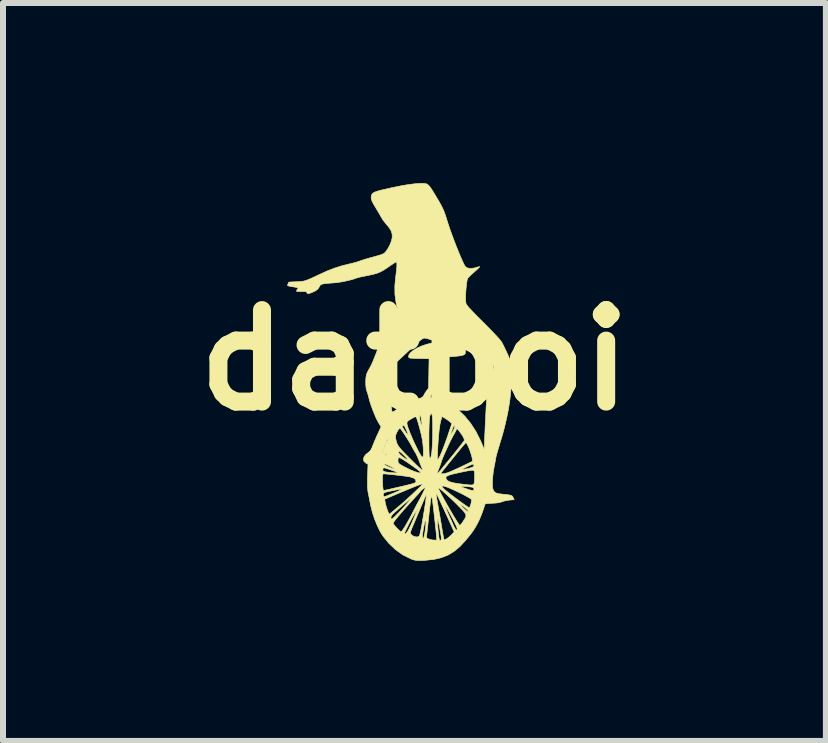
<source format=kicad_pcb>
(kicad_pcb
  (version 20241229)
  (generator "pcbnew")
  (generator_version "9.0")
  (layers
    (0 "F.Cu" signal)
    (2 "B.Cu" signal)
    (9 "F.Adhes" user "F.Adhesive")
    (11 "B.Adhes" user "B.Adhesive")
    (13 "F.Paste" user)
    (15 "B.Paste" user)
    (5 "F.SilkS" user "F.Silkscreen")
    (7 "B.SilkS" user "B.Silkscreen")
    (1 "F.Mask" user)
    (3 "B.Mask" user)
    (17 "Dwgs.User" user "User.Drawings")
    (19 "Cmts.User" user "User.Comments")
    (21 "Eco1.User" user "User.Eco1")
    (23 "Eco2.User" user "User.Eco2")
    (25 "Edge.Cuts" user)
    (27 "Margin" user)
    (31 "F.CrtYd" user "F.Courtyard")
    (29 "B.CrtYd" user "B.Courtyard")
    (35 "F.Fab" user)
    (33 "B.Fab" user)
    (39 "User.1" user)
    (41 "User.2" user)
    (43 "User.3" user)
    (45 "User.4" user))
  (footprint "datboi"
    (layer "F.Cu")
    (at 3.854 2.95)
    (property "Reference" "datboi" (at 0 0 0) (layer "F.SilkS") (effects (font (size 1.524 1.524) (thickness 0.3))))
    (attr through_hole)
    (fp_poly (pts (xy 0.158 -2.945) (xy 0.202 -2.937) (xy 0.205 -2.936) (xy 0.22 -2.927) (xy 0.237 -2.912) (xy 0.257 -2.888) (xy 0.283 -2.851) (xy 0.315 -2.801) (xy 0.356 -2.733) (xy 0.408 -2.646) (xy 0.412 -2.639) (xy 0.454 -2.562) (xy 0.488 -2.491) (xy 0.516 -2.414) (xy 0.539 -2.341) (xy 0.562 -2.267) (xy 0.59 -2.183) (xy 0.623 -2.092) (xy 0.658 -1.998) (xy 0.694 -1.904) (xy 0.73 -1.815) (xy 0.764 -1.733) (xy 0.795 -1.662) (xy 0.821 -1.606) (xy 0.841 -1.569) (xy 0.848 -1.559) (xy 0.884 -1.536) (xy 0.935 -1.528) (xy 0.997 -1.536) (xy 1.017 -1.542) (xy 1.054 -1.553) (xy 1.08 -1.558) (xy 1.088 -1.558) (xy 1.081 -1.548) (xy 1.059 -1.526) (xy 1.025 -1.495) (xy 1.001 -1.474) (xy 0.958 -1.436) (xy 0.92 -1.4) (xy 0.894 -1.372) (xy 0.887 -1.363) (xy 0.878 -1.337) (xy 0.87 -1.292) (xy 0.863 -1.234) (xy 0.857 -1.168) (xy 0.853 -1.1) (xy 0.852 -1.037) (xy 0.853 -0.984) (xy 0.857 -0.951) (xy 0.863 -0.935) (xy 0.877 -0.913) (xy 0.901 -0.883) (xy 0.936 -0.845) (xy 0.983 -0.795) (xy 1.045 -0.731) (xy 1.124 -0.653) (xy 1.142 -0.635) (xy 1.213 -0.564) (xy 1.279 -0.496) (xy 1.338 -0.434) (xy 1.388 -0.381) (xy 1.425 -0.338) (xy 1.447 -0.31) (xy 1.451 -0.305) (xy 1.47 -0.27) (xy 1.495 -0.219) (xy 1.524 -0.159) (xy 1.549 -0.105) (xy 1.613 0.038) (xy 1.613 0.26) (xy 1.612 0.355) (xy 1.61 0.437) (xy 1.605 0.513) (xy 1.598 0.589) (xy 1.587 0.674) (xy 1.572 0.774) (xy 1.567 0.806) (xy 1.55 0.896) (xy 1.527 1.001) (xy 1.501 1.112) (xy 1.472 1.221) (xy 1.449 1.3) (xy 1.418 1.401) (xy 1.394 1.482) (xy 1.376 1.543) (xy 1.364 1.589) (xy 1.356 1.621) (xy 1.352 1.643) (xy 1.347 1.675) (xy 1.338 1.723) (xy 1.328 1.775) (xy 1.327 1.778) (xy 1.314 1.851) (xy 1.305 1.929) (xy 1.299 2.004) (xy 1.298 2.072) (xy 1.302 2.124) (xy 1.307 2.148) (xy 1.324 2.184) (xy 1.351 2.208) (xy 1.394 2.222) (xy 1.444 2.229) (xy 1.515 2.236) (xy 1.564 2.242) (xy 1.597 2.248) (xy 1.618 2.255) (xy 1.63 2.265) (xy 1.639 2.279) (xy 1.643 2.286) (xy 1.661 2.322) (xy 1.577 2.331) (xy 1.526 2.339) (xy 1.481 2.35) (xy 1.454 2.359) (xy 1.417 2.371) (xy 1.36 2.379) (xy 1.295 2.383) (xy 1.238 2.386) (xy 1.202 2.389) (xy 1.181 2.395) (xy 1.172 2.404) (xy 1.17 2.41) (xy 1.158 2.454) (xy 1.138 2.513) (xy 1.113 2.58) (xy 1.085 2.646) (xy 1.074 2.671) (xy 1.038 2.742) (xy 0.999 2.809) (xy 0.952 2.877) (xy 0.892 2.953) (xy 0.851 3.002) (xy 0.757 3.104) (xy 0.661 3.184) (xy 0.56 3.245) (xy 0.449 3.289) (xy 0.324 3.318) (xy 0.181 3.333) (xy 0.146 3.335) (xy 0.084 3.337) (xy 0.039 3.336) (xy 0.002 3.33) (xy -0.034 3.319) (xy -0.06 3.309) (xy -0.192 3.244) (xy -0.317 3.155) (xy -0.432 3.045) (xy -0.526 2.928) (xy -0.554 2.882) (xy -0.165 2.882) (xy -0.16 2.896) (xy -0.145 2.889) (xy -0.125 2.866) (xy -0.069 2.866) (xy -0.065 2.891) (xy -0.042 2.916) (xy -0.008 2.935) (xy 0.031 2.944) (xy 0.044 2.943) (xy 0.063 2.94) (xy 0.065 2.939) (xy 0.132 2.939) (xy 0.133 2.956) (xy 0.143 2.969) (xy 0.154 2.958) (xy 0.155 2.952) (xy 0.199 2.952) (xy 0.208 2.964) (xy 0.235 2.977) (xy 0.273 2.989) (xy 0.313 2.996) (xy 0.329 2.996) (xy 0.372 2.997) (xy 0.364 2.899) (xy 0.36 2.857) (xy 0.353 2.795) (xy 0.345 2.718) (xy 0.339 2.667) (xy 0.383 2.667) (xy 0.384 2.706) (xy 0.387 2.758) (xy 0.392 2.819) (xy 0.398 2.879) (xy 0.404 2.933) (xy 0.411 2.973) (xy 0.414 2.988) (xy 0.425 3.007) (xy 0.437 3.005) (xy 0.445 2.986) (xy 0.447 2.954) (xy 0.447 2.952) (xy 0.442 2.919) (xy 0.434 2.869) (xy 0.423 2.808) (xy 0.413 2.756) (xy 0.401 2.696) (xy 0.392 2.66) (xy 0.387 2.645) (xy 0.384 2.65) (xy 0.383 2.667) (xy 0.339 2.667) (xy 0.335 2.632) (xy 0.325 2.542) (xy 0.321 2.508) (xy 0.311 2.423) (xy 0.303 2.356) (xy 0.296 2.308) (xy 0.29 2.278) (xy 0.285 2.269) (xy 0.279 2.28) (xy 0.272 2.313) (xy 0.265 2.368) (xy 0.256 2.447) (xy 0.244 2.549) (xy 0.234 2.642) (xy 0.225 2.726) (xy 0.216 2.803) (xy 0.209 2.867) (xy 0.203 2.916) (xy 0.2 2.945) (xy 0.199 2.952) (xy 0.155 2.952) (xy 0.164 2.921) (xy 0.175 2.861) (xy 0.176 2.854) (xy 0.184 2.796) (xy 0.188 2.744) (xy 0.19 2.702) (xy 0.189 2.674) (xy 0.184 2.665) (xy 0.179 2.673) (xy 0.17 2.703) (xy 0.16 2.748) (xy 0.15 2.801) (xy 0.141 2.855) (xy 0.135 2.903) (xy 0.132 2.939) (xy 0.065 2.939) (xy 0.076 2.932) (xy 0.086 2.914) (xy 0.095 2.879) (xy 0.104 2.838) (xy 0.114 2.787) (xy 0.126 2.724) (xy 0.138 2.651) (xy 0.15 2.584) (xy 0.193 2.584) (xy 0.194 2.606) (xy 0.198 2.608) (xy 0.199 2.607) (xy 0.201 2.582) (xy 0.199 2.569) (xy 0.195 2.564) (xy 0.193 2.581) (xy 0.193 2.584) (xy 0.15 2.584) (xy 0.151 2.574) (xy 0.164 2.497) (xy 0.175 2.424) (xy 0.185 2.358) (xy 0.192 2.305) (xy 0.197 2.268) (xy 0.197 2.251) (xy 0.197 2.25) (xy 0.189 2.256) (xy 0.179 2.275) (xy 0.17 2.295) (xy 0.153 2.335) (xy 0.13 2.39) (xy 0.101 2.458) (xy 0.069 2.534) (xy 0.053 2.572) (xy 0.02 2.65) (xy -0.01 2.721) (xy -0.036 2.782) (xy -0.055 2.83) (xy -0.066 2.859) (xy -0.069 2.866) (xy -0.125 2.866) (xy -0.123 2.864) (xy -0.106 2.837) (xy -0.089 2.804) (xy -0.067 2.759) (xy -0.043 2.706) (xy -0.02 2.651) (xy 0.002 2.598) (xy 0.02 2.553) (xy 0.031 2.521) (xy 0.034 2.506) (xy 0.033 2.506) (xy 0.026 2.514) (xy 0.009 2.54) (xy -0.014 2.581) (xy -0.042 2.631) (xy -0.071 2.686) (xy -0.1 2.741) (xy -0.126 2.793) (xy -0.147 2.837) (xy -0.161 2.869) (xy -0.165 2.882) (xy -0.554 2.882) (xy -0.574 2.85) (xy -0.621 2.753) (xy -0.636 2.715) (xy -0.356 2.715) (xy -0.347 2.732) (xy -0.326 2.759) (xy -0.298 2.792) (xy -0.267 2.823) (xy -0.241 2.847) (xy -0.225 2.857) (xy -0.224 2.857) (xy -0.211 2.847) (xy -0.19 2.819) (xy -0.163 2.779) (xy -0.144 2.746) (xy -0.107 2.681) (xy -0.066 2.607) (xy -0.03 2.537) (xy -0.021 2.521) (xy -0.002 2.483) (xy 0.038 2.483) (xy 0.044 2.489) (xy 0.051 2.483) (xy 0.044 2.477) (xy 0.038 2.483) (xy -0.002 2.483) (xy 0.009 2.461) (xy 0.041 2.399) (xy 0.07 2.346) (xy 0.079 2.33) (xy 0.108 2.276) (xy 0.138 2.218) (xy 0.139 2.215) (xy 0.359 2.215) (xy 0.359 2.229) (xy 0.364 2.263) (xy 0.372 2.312) (xy 0.383 2.372) (xy 0.386 2.39) (xy 0.4 2.466) (xy 0.416 2.557) (xy 0.432 2.653) (xy 0.448 2.744) (xy 0.452 2.769) (xy 0.463 2.839) (xy 0.474 2.9) (xy 0.482 2.948) (xy 0.489 2.979) (xy 0.491 2.988) (xy 0.506 2.99) (xy 0.533 2.977) (xy 0.568 2.952) (xy 0.606 2.919) (xy 0.614 2.911) (xy 0.662 2.861) (xy 0.6 2.723) (xy 0.538 2.587) (xy 0.486 2.473) (xy 0.464 2.427) (xy 0.508 2.427) (xy 0.513 2.442) (xy 0.528 2.477) (xy 0.55 2.529) (xy 0.58 2.597) (xy 0.616 2.677) (xy 0.652 2.759) (xy 0.675 2.803) (xy 0.693 2.827) (xy 0.706 2.83) (xy 0.711 2.809) (xy 0.711 2.805) (xy 0.706 2.786) (xy 0.692 2.752) (xy 0.67 2.707) (xy 0.644 2.655) (xy 0.615 2.601) (xy 0.586 2.547) (xy 0.559 2.499) (xy 0.535 2.46) (xy 0.518 2.434) (xy 0.509 2.425) (xy 0.508 2.427) (xy 0.464 2.427) (xy 0.443 2.382) (xy 0.41 2.311) (xy 0.385 2.26) (xy 0.369 2.229) (xy 0.36 2.215) (xy 0.359 2.215) (xy 0.139 2.215) (xy 0.156 2.18) (xy 0.181 2.126) (xy 0.397 2.126) (xy 0.4 2.14) (xy 0.415 2.171) (xy 0.438 2.217) (xy 0.469 2.275) (xy 0.506 2.341) (xy 0.546 2.412) (xy 0.587 2.484) (xy 0.628 2.554) (xy 0.666 2.618) (xy 0.7 2.673) (xy 0.728 2.716) (xy 0.747 2.744) (xy 0.756 2.752) (xy 0.769 2.74) (xy 0.791 2.713) (xy 0.81 2.685) (xy 0.837 2.644) (xy 0.853 2.613) (xy 0.858 2.586) (xy 0.85 2.559) (xy 0.828 2.527) (xy 0.791 2.486) (xy 0.741 2.436) (xy 0.709 2.403) (xy 0.764 2.403) (xy 0.77 2.415) (xy 0.793 2.44) (xy 0.834 2.48) (xy 0.838 2.485) (xy 0.87 2.512) (xy 0.891 2.525) (xy 0.898 2.522) (xy 0.889 2.503) (xy 0.887 2.501) (xy 0.867 2.479) (xy 0.835 2.45) (xy 0.806 2.428) (xy 0.776 2.408) (xy 0.764 2.403) (xy 0.709 2.403) (xy 0.684 2.378) (xy 0.625 2.321) (xy 0.566 2.267) (xy 0.513 2.218) (xy 0.466 2.177) (xy 0.429 2.146) (xy 0.405 2.129) (xy 0.397 2.126) (xy 0.181 2.126) (xy 0.189 2.109) (xy 0.459 2.109) (xy 0.479 2.133) (xy 0.513 2.163) (xy 0.564 2.205) (xy 0.622 2.25) (xy 0.683 2.296) (xy 0.743 2.341) (xy 0.799 2.382) (xy 0.848 2.416) (xy 0.885 2.442) (xy 0.908 2.456) (xy 0.914 2.458) (xy 0.923 2.443) (xy 0.934 2.412) (xy 0.94 2.395) (xy 0.948 2.357) (xy 0.95 2.327) (xy 0.948 2.319) (xy 0.935 2.307) (xy 0.902 2.287) (xy 0.855 2.261) (xy 0.799 2.231) (xy 0.736 2.2) (xy 0.673 2.17) (xy 0.613 2.143) (xy 0.561 2.121) (xy 0.53 2.109) (xy 0.511 2.104) (xy 0.767 2.104) (xy 0.785 2.113) (xy 0.826 2.128) (xy 0.864 2.141) (xy 0.921 2.161) (xy 0.959 2.169) (xy 0.98 2.168) (xy 0.99 2.157) (xy 0.991 2.147) (xy 0.988 2.132) (xy 0.978 2.122) (xy 0.955 2.114) (xy 0.916 2.109) (xy 0.856 2.104) (xy 0.845 2.103) (xy 0.797 2.1) (xy 0.771 2.1) (xy 0.767 2.104) (xy 0.511 2.104) (xy 0.484 2.096) (xy 0.461 2.096) (xy 0.459 2.109) (xy 0.189 2.109) (xy 0.189 2.108) (xy 0.146 2.141) (xy 0.119 2.163) (xy 0.101 2.181) (xy 0.099 2.184) (xy 0.089 2.198) (xy 0.066 2.225) (xy 0.034 2.26) (xy 0.025 2.269) (xy -0.043 2.343) (xy -0.11 2.417) (xy -0.174 2.488) (xy -0.231 2.554) (xy -0.28 2.612) (xy -0.318 2.659) (xy -0.344 2.694) (xy -0.355 2.713) (xy -0.356 2.715) (xy -0.636 2.715) (xy -0.665 2.645) (xy -0.672 2.623) (xy -0.394 2.623) (xy -0.384 2.647) (xy -0.372 2.642) (xy -0.346 2.621) (xy -0.308 2.585) (xy -0.262 2.538) (xy -0.209 2.481) (xy -0.152 2.419) (xy -0.116 2.377) (xy -0.086 2.341) (xy -0.064 2.314) (xy -0.055 2.3) (xy -0.055 2.299) (xy -0.068 2.307) (xy -0.099 2.333) (xy -0.149 2.376) (xy -0.218 2.436) (xy -0.305 2.513) (xy -0.352 2.555) (xy -0.383 2.59) (xy -0.394 2.623) (xy -0.672 2.623) (xy -0.702 2.531) (xy -0.73 2.42) (xy -0.737 2.384) (xy -0.749 2.32) (xy -0.75 2.316) (xy -0.497 2.316) (xy -0.489 2.361) (xy -0.48 2.405) (xy -0.466 2.453) (xy -0.451 2.498) (xy -0.436 2.535) (xy -0.424 2.558) (xy -0.418 2.563) (xy -0.405 2.554) (xy -0.376 2.531) (xy -0.335 2.497) (xy -0.286 2.455) (xy -0.251 2.426) (xy -0.192 2.375) (xy -0.131 2.32) (xy -0.07 2.264) (xy -0.012 2.21) (xy 0.04 2.161) (xy 0.084 2.119) (xy 0.116 2.086) (xy 0.133 2.066) (xy 0.135 2.061) (xy 0.121 2.063) (xy 0.084 2.075) (xy 0.027 2.096) (xy -0.049 2.127) (xy -0.143 2.166) (xy -0.254 2.212) (xy -0.271 2.219) (xy -0.497 2.316) (xy -0.75 2.316) (xy -0.761 2.259) (xy -0.763 2.247) (xy -0.521 2.247) (xy -0.512 2.265) (xy -0.508 2.269) (xy -0.502 2.271) (xy -0.491 2.27) (xy -0.471 2.263) (xy -0.438 2.25) (xy -0.387 2.23) (xy -0.349 2.214) (xy -0.293 2.191) (xy -0.248 2.17) (xy -0.216 2.155) (xy -0.203 2.146) (xy -0.203 2.146) (xy -0.215 2.146) (xy -0.245 2.15) (xy -0.289 2.158) (xy -0.34 2.168) (xy -0.394 2.179) (xy -0.444 2.19) (xy -0.484 2.2) (xy -0.498 2.205) (xy -0.516 2.221) (xy -0.521 2.247) (xy -0.763 2.247) (xy -0.771 2.209) (xy -0.776 2.183) (xy -0.78 2.148) (xy -0.783 2.093) (xy -0.783 2.023) (xy -0.783 1.992) (xy -0.533 1.992) (xy -0.532 2.048) (xy -0.529 2.099) (xy -0.524 2.14) (xy -0.519 2.166) (xy -0.515 2.172) (xy -0.502 2.169) (xy -0.469 2.161) (xy -0.418 2.15) (xy -0.355 2.135) (xy -0.291 2.12) (xy -0.194 2.098) (xy -0.119 2.08) (xy -0.063 2.066) (xy -0.024 2.054) (xy 0.002 2.045) (xy 0.017 2.037) (xy 0.024 2.029) (xy 0.025 2.021) (xy 0.025 2.02) (xy 0.015 1.985) (xy -0.017 1.961) (xy -0.052 1.95) (xy 0.523 1.95) (xy 0.526 1.973) (xy 0.546 2) (xy 0.569 2.017) (xy 0.605 2.031) (xy 0.658 2.044) (xy 0.73 2.056) (xy 0.824 2.068) (xy 0.843 2.07) (xy 0.908 2.077) (xy 0.951 2.079) (xy 0.978 2.074) (xy 0.992 2.058) (xy 0.998 2.029) (xy 1 1.982) (xy 1.001 1.959) (xy 1.002 1.901) (xy 1 1.864) (xy 0.995 1.844) (xy 0.987 1.834) (xy 0.985 1.834) (xy 0.962 1.833) (xy 0.916 1.838) (xy 0.85 1.85) (xy 0.765 1.868) (xy 0.664 1.891) (xy 0.645 1.895) (xy 0.581 1.913) (xy 0.541 1.931) (xy 0.523 1.95) (xy -0.052 1.95) (xy -0.073 1.944) (xy -0.076 1.943) (xy -0.112 1.938) (xy -0.165 1.93) (xy -0.229 1.922) (xy -0.298 1.914) (xy -0.366 1.906) (xy -0.427 1.9) (xy -0.477 1.895) (xy -0.508 1.893) (xy -0.511 1.892) (xy -0.522 1.895) (xy -0.529 1.908) (xy -0.532 1.935) (xy -0.533 1.982) (xy -0.533 1.992) (xy -0.783 1.992) (xy -0.782 1.946) (xy -0.781 1.929) (xy -0.78 1.891) (xy 0.38 1.891) (xy 0.385 1.892) (xy 0.386 1.891) (xy 0.392 1.884) (xy 0.438 1.884) (xy 0.442 1.891) (xy 0.468 1.892) (xy 0.469 1.892) (xy 0.502 1.888) (xy 0.547 1.876) (xy 0.574 1.866) (xy 0.611 1.851) (xy 0.664 1.827) (xy 0.676 1.822) (xy 0.791 1.822) (xy 0.794 1.824) (xy 0.794 1.824) (xy 0.824 1.817) (xy 0.862 1.81) (xy 0.864 1.81) (xy 0.926 1.796) (xy 0.966 1.782) (xy 0.987 1.765) (xy 0.991 1.751) (xy 0.986 1.733) (xy 0.968 1.733) (xy 0.962 1.734) (xy 0.938 1.744) (xy 0.905 1.759) (xy 0.869 1.777) (xy 0.834 1.795) (xy 0.807 1.811) (xy 0.791 1.822) (xy 0.676 1.822) (xy 0.727 1.799) (xy 0.792 1.768) (xy 0.805 1.762) (xy 0.968 1.683) (xy 0.961 1.636) (xy 0.954 1.6) (xy 0.94 1.554) (xy 0.923 1.504) (xy 0.904 1.455) (xy 0.885 1.414) (xy 0.87 1.386) (xy 0.859 1.375) (xy 0.859 1.375) (xy 0.853 1.378) (xy 0.845 1.385) (xy 0.833 1.398) (xy 0.815 1.419) (xy 0.79 1.448) (xy 0.757 1.488) (xy 0.714 1.541) (xy 0.66 1.607) (xy 0.594 1.689) (xy 0.514 1.788) (xy 0.453 1.864) (xy 0.438 1.884) (xy 0.392 1.884) (xy 0.395 1.88) (xy 0.418 1.853) (xy 0.451 1.813) (xy 0.491 1.763) (xy 0.522 1.725) (xy 0.587 1.646) (xy 0.649 1.57) (xy 0.705 1.499) (xy 0.754 1.438) (xy 0.792 1.388) (xy 0.819 1.353) (xy 0.83 1.337) (xy 0.829 1.317) (xy 0.813 1.28) (xy 0.782 1.231) (xy 0.747 1.182) (xy 0.721 1.151) (xy 0.704 1.142) (xy 0.699 1.153) (xy 0.693 1.168) (xy 0.677 1.199) (xy 0.654 1.241) (xy 0.641 1.264) (xy 0.62 1.303) (xy 0.594 1.355) (xy 0.565 1.415) (xy 0.536 1.48) (xy 0.507 1.544) (xy 0.481 1.602) (xy 0.461 1.651) (xy 0.448 1.686) (xy 0.445 1.701) (xy 0.44 1.716) (xy 0.428 1.749) (xy 0.413 1.788) (xy 0.395 1.834) (xy 0.384 1.87) (xy 0.38 1.891) (xy -0.78 1.891) (xy -0.778 1.835) (xy -0.528 1.835) (xy -0.51 1.851) (xy -0.472 1.862) (xy -0.428 1.868) (xy -0.356 1.875) (xy -0.308 1.877) (xy -0.284 1.876) (xy -0.283 1.87) (xy -0.305 1.86) (xy -0.348 1.843) (xy -0.374 1.834) (xy -0.434 1.814) (xy -0.475 1.8) (xy -0.5 1.794) (xy -0.514 1.794) (xy -0.521 1.799) (xy -0.525 1.81) (xy -0.526 1.812) (xy -0.528 1.835) (xy -0.778 1.835) (xy -0.774 1.734) (xy -0.778 1.731) (xy -0.507 1.731) (xy -0.496 1.743) (xy -0.466 1.76) (xy -0.42 1.781) (xy -0.411 1.785) (xy -0.369 1.802) (xy -0.344 1.812) (xy -0.333 1.815) (xy -0.33 1.813) (xy -0.33 1.81) (xy -0.341 1.801) (xy -0.367 1.786) (xy -0.403 1.767) (xy -0.441 1.749) (xy -0.474 1.734) (xy -0.495 1.727) (xy -0.497 1.727) (xy -0.507 1.731) (xy -0.778 1.731) (xy -0.813 1.712) (xy -0.842 1.684) (xy -0.846 1.667) (xy -0.275 1.667) (xy -0.274 1.68) (xy -0.272 1.7) (xy -0.264 1.715) (xy -0.246 1.731) (xy -0.215 1.751) (xy -0.165 1.778) (xy -0.159 1.781) (xy -0.07 1.825) (xy 0.006 1.856) (xy 0.065 1.874) (xy 0.095 1.878) (xy 0.108 1.876) (xy 0.103 1.866) (xy 0.08 1.845) (xy 0.076 1.842) (xy 0.049 1.82) (xy 0.006 1.789) (xy -0.047 1.751) (xy -0.104 1.712) (xy -0.112 1.706) (xy -0.174 1.665) (xy -0.218 1.638) (xy -0.247 1.625) (xy -0.264 1.626) (xy -0.273 1.64) (xy -0.275 1.667) (xy -0.846 1.667) (xy -0.85 1.647) (xy -0.839 1.607) (xy -0.818 1.581) (xy -0.482 1.581) (xy -0.477 1.583) (xy -0.47 1.575) (xy -0.459 1.552) (xy -0.458 1.543) (xy -0.463 1.541) (xy -0.47 1.549) (xy -0.481 1.573) (xy -0.482 1.581) (xy -0.818 1.581) (xy -0.808 1.568) (xy -0.778 1.545) (xy -0.775 1.543) (xy -0.546 1.543) (xy -0.54 1.549) (xy -0.533 1.543) (xy -0.54 1.537) (xy -0.546 1.543) (xy -0.775 1.543) (xy -0.755 1.527) (xy -0.267 1.527) (xy -0.255 1.554) (xy -0.237 1.574) (xy -0.207 1.601) (xy -0.171 1.628) (xy -0.137 1.651) (xy -0.112 1.662) (xy -0.108 1.663) (xy -0.111 1.655) (xy -0.129 1.633) (xy -0.158 1.601) (xy -0.178 1.581) (xy -0.22 1.541) (xy -0.249 1.519) (xy -0.265 1.514) (xy -0.267 1.527) (xy -0.755 1.527) (xy -0.75 1.524) (xy -0.74 1.511) (xy -0.533 1.511) (xy -0.529 1.522) (xy -0.525 1.52) (xy -0.523 1.505) (xy -0.525 1.503) (xy -0.532 1.505) (xy -0.533 1.511) (xy -0.74 1.511) (xy -0.728 1.497) (xy -0.716 1.473) (xy -0.521 1.473) (xy -0.516 1.484) (xy -0.512 1.482) (xy -0.511 1.467) (xy -0.512 1.465) (xy -0.52 1.466) (xy -0.521 1.473) (xy -0.716 1.473) (xy -0.708 1.458) (xy -0.702 1.441) (xy -0.508 1.441) (xy -0.502 1.448) (xy -0.495 1.441) (xy -0.502 1.435) (xy -0.508 1.441) (xy -0.702 1.441) (xy -0.693 1.421) (xy -0.692 1.416) (xy -0.495 1.416) (xy -0.489 1.422) (xy -0.483 1.416) (xy -0.489 1.41) (xy -0.495 1.416) (xy -0.692 1.416) (xy -0.679 1.384) (xy -0.483 1.384) (xy -0.478 1.395) (xy -0.474 1.393) (xy -0.473 1.378) (xy -0.474 1.376) (xy -0.482 1.378) (xy -0.483 1.384) (xy -0.679 1.384) (xy -0.671 1.363) (xy -0.664 1.347) (xy -0.47 1.347) (xy -0.466 1.358) (xy -0.456 1.348) (xy -0.452 1.339) (xy -0.451 1.326) (xy -0.457 1.327) (xy -0.469 1.343) (xy -0.47 1.347) (xy -0.664 1.347) (xy -0.644 1.302) (xy -0.445 1.302) (xy -0.438 1.308) (xy -0.432 1.302) (xy -0.438 1.295) (xy -0.445 1.302) (xy -0.644 1.302) (xy -0.642 1.296) (xy -0.632 1.273) (xy -0.318 1.273) (xy -0.314 1.303) (xy -0.304 1.346) (xy -0.296 1.373) (xy -0.287 1.397) (xy -0.274 1.42) (xy -0.256 1.447) (xy -0.229 1.479) (xy -0.192 1.52) (xy -0.141 1.572) (xy -0.075 1.639) (xy -0.072 1.642) (xy -0.000372 1.713) (xy 0.055 1.767) (xy 0.096 1.804) (xy 0.122 1.826) (xy 0.136 1.833) (xy 0.138 1.827) (xy 0.129 1.807) (xy 0.129 1.806) (xy 0.118 1.783) (xy 0.102 1.744) (xy 0.084 1.695) (xy 0.078 1.678) (xy 0.057 1.626) (xy 0.036 1.579) (xy 0.019 1.546) (xy 0.015 1.54) (xy -0.004 1.509) (xy -0.028 1.466) (xy -0.045 1.435) (xy -0.065 1.397) (xy -0.093 1.35) (xy -0.126 1.297) (xy -0.159 1.246) (xy -0.19 1.199) (xy -0.217 1.161) (xy -0.235 1.138) (xy -0.241 1.133) (xy -0.254 1.14) (xy -0.272 1.164) (xy -0.291 1.197) (xy -0.307 1.233) (xy -0.317 1.264) (xy -0.318 1.273) (xy -0.632 1.273) (xy -0.613 1.231) (xy -0.607 1.218) (xy -0.557 1.11) (xy -0.56 1.104) (xy -0.203 1.104) (xy -0.197 1.119) (xy -0.181 1.147) (xy -0.16 1.18) (xy -0.137 1.213) (xy -0.118 1.239) (xy -0.106 1.252) (xy -0.105 1.252) (xy -0.107 1.239) (xy -0.116 1.209) (xy -0.128 1.179) (xy -0.146 1.139) (xy -0.161 1.108) (xy -0.169 1.096) (xy -0.186 1.086) (xy -0.201 1.094) (xy -0.203 1.104) (xy -0.56 1.104) (xy -0.595 1.047) (xy -0.599 1.039) (xy -0.125 1.039) (xy -0.124 1.064) (xy -0.123 1.068) (xy -0.115 1.103) (xy -0.096 1.154) (xy -0.071 1.219) (xy -0.04 1.292) (xy -0.006 1.369) (xy 0.03 1.444) (xy 0.064 1.512) (xy 0.096 1.57) (xy 0.098 1.573) (xy 0.118 1.604) (xy 0.133 1.615) (xy 0.143 1.604) (xy 0.148 1.57) (xy 0.148 1.513) (xy 0.147 1.473) (xy 0.141 1.403) (xy 0.131 1.326) (xy 0.129 1.317) (xy 0.241 1.317) (xy 0.241 1.397) (xy 0.242 1.471) (xy 0.243 1.534) (xy 0.245 1.583) (xy 0.248 1.612) (xy 0.249 1.618) (xy 0.26 1.634) (xy 0.27 1.625) (xy 0.274 1.61) (xy 0.382 1.61) (xy 0.383 1.638) (xy 0.385 1.651) (xy 0.39 1.652) (xy 0.398 1.643) (xy 0.4 1.641) (xy 0.414 1.616) (xy 0.434 1.575) (xy 0.456 1.525) (xy 0.465 1.501) (xy 0.487 1.445) (xy 0.513 1.374) (xy 0.541 1.297) (xy 0.559 1.245) (xy 0.6 1.245) (xy 0.603 1.246) (xy 0.615 1.229) (xy 0.628 1.207) (xy 0.65 1.166) (xy 0.666 1.127) (xy 0.67 1.113) (xy 0.672 1.087) (xy 0.663 1.084) (xy 0.663 1.084) (xy 0.651 1.102) (xy 0.634 1.142) (xy 0.614 1.201) (xy 0.6 1.245) (xy 0.559 1.245) (xy 0.566 1.223) (xy 0.566 1.222) (xy 0.623 1.054) (xy 0.588 1.023) (xy 0.552 0.996) (xy 0.511 0.969) (xy 0.505 0.965) (xy 0.458 0.939) (xy 0.439 1.006) (xy 0.424 1.073) (xy 0.411 1.165) (xy 0.4 1.282) (xy 0.39 1.424) (xy 0.387 1.492) (xy 0.384 1.562) (xy 0.382 1.61) (xy 0.274 1.61) (xy 0.279 1.592) (xy 0.288 1.535) (xy 0.293 1.478) (xy 0.297 1.417) (xy 0.3 1.344) (xy 0.302 1.263) (xy 0.303 1.18) (xy 0.303 1.1) (xy 0.302 1.029) (xy 0.3 0.971) (xy 0.297 0.931) (xy 0.296 0.924) (xy 0.286 0.894) (xy 0.276 0.887) (xy 0.265 0.902) (xy 0.255 0.937) (xy 0.249 0.981) (xy 0.246 1.025) (xy 0.244 1.085) (xy 0.242 1.157) (xy 0.241 1.235) (xy 0.241 1.317) (xy 0.129 1.317) (xy 0.118 1.257) (xy 0.115 1.245) (xy 0.087 1.135) (xy 0.064 1.05) (xy 0.045 0.99) (xy 0.031 0.953) (xy 0.021 0.94) (xy 0.02 0.94) (xy 0.004 0.946) (xy -0.028 0.962) (xy -0.061 0.981) (xy -0.098 1.005) (xy -0.118 1.022) (xy -0.125 1.039) (xy -0.599 1.039) (xy -0.625 0.993) (xy -0.651 0.935) (xy 0.086 0.935) (xy 0.088 0.966) (xy 0.094 1.005) (xy 0.102 1.044) (xy 0.111 1.076) (xy 0.12 1.092) (xy 0.121 1.092) (xy 0.123 1.081) (xy 0.122 1.052) (xy 0.12 1.032) (xy 0.112 0.974) (xy 0.105 0.938) (xy 0.098 0.921) (xy 0.09 0.92) (xy 0.086 0.935) (xy -0.651 0.935) (xy -0.657 0.921) (xy -0.69 0.841) (xy -0.72 0.76) (xy -0.745 0.685) (xy -0.757 0.638) (xy -0.77 0.587) (xy -0.784 0.54) (xy -0.795 0.511) (xy -0.805 0.471) (xy -0.811 0.416) (xy -0.812 0.354) (xy -0.81 0.303) (xy -0.54 0.303) (xy -0.51 0.334) (xy -0.487 0.371) (xy -0.462 0.428) (xy -0.439 0.501) (xy -0.419 0.587) (xy -0.401 0.68) (xy -0.398 0.705) (xy -0.389 0.763) (xy -0.382 0.812) (xy -0.376 0.847) (xy -0.374 0.86) (xy -0.362 0.861) (xy -0.334 0.847) (xy -0.293 0.818) (xy -0.287 0.814) (xy -0.234 0.777) (xy -0.176 0.741) (xy -0.124 0.713) (xy -0.069 0.689) (xy -0.004 0.665) (xy 0.048 0.648) (xy 0.099 0.632) (xy 0.13 0.617) (xy 0.144 0.603) (xy 0.267 0.603) (xy 0.271 0.627) (xy 0.279 0.635) (xy 0.289 0.624) (xy 0.292 0.603) (xy 0.288 0.579) (xy 0.279 0.572) (xy 0.27 0.582) (xy 0.267 0.603) (xy 0.144 0.603) (xy 0.147 0.601) (xy 0.153 0.589) (xy 0.168 0.559) (xy 0.192 0.522) (xy 0.2 0.511) (xy 0.234 0.467) (xy 0.308 0.467) (xy 0.351 0.512) (xy 0.379 0.548) (xy 0.398 0.584) (xy 0.402 0.596) (xy 0.411 0.625) (xy 0.428 0.648) (xy 0.458 0.668) (xy 0.507 0.69) (xy 0.512 0.692) (xy 0.625 0.75) (xy 0.735 0.832) (xy 0.839 0.933) (xy 0.936 1.052) (xy 1.023 1.186) (xy 1.097 1.333) (xy 1.107 1.355) (xy 1.162 1.484) (xy 1.17 1.272) (xy 1.174 1.189) (xy 1.178 1.089) (xy 1.184 0.981) (xy 1.189 0.875) (xy 1.193 0.794) (xy 1.202 0.655) (xy 1.212 0.539) (xy 1.225 0.441) (xy 1.239 0.359) (xy 1.257 0.289) (xy 1.278 0.228) (xy 1.285 0.212) (xy 1.306 0.16) (xy 1.317 0.12) (xy 1.315 0.088) (xy 1.298 0.057) (xy 1.266 0.024) (xy 1.215 -0.017) (xy 1.192 -0.035) (xy 1.095 -0.116) (xy 0.999 -0.211) (xy 0.957 -0.258) (xy 0.9 -0.322) (xy 0.858 -0.369) (xy 0.826 -0.399) (xy 0.803 -0.415) (xy 0.786 -0.418) (xy 0.771 -0.409) (xy 0.757 -0.39) (xy 0.749 -0.378) (xy 0.731 -0.342) (xy 0.732 -0.321) (xy 0.751 -0.308) (xy 0.762 -0.305) (xy 0.799 -0.284) (xy 0.827 -0.243) (xy 0.844 -0.186) (xy 0.845 -0.178) (xy 0.849 -0.145) (xy 0.848 -0.12) (xy 0.839 -0.102) (xy 0.82 -0.088) (xy 0.787 -0.078) (xy 0.738 -0.07) (xy 0.669 -0.063) (xy 0.578 -0.056) (xy 0.578 -0.056) (xy 0.502 -0.05) (xy 0.435 -0.043) (xy 0.381 -0.037) (xy 0.345 -0.032) (xy 0.329 -0.028) (xy 0.329 -0.028) (xy 0.326 -0.013) (xy 0.323 0.023) (xy 0.32 0.077) (xy 0.317 0.143) (xy 0.315 0.219) (xy 0.314 0.224) (xy 0.308 0.467) (xy 0.234 0.467) (xy 0.235 0.466) (xy 0.243 -0.025) (xy 0.074 -0.028) (xy 0.005 -0.03) (xy -0.042 -0.032) (xy -0.072 -0.035) (xy -0.088 -0.04) (xy -0.096 -0.048) (xy -0.099 -0.058) (xy -0.099 -0.059) (xy -0.092 -0.092) (xy -0.063 -0.129) (xy -0.017 -0.166) (xy 0.044 -0.202) (xy 0.115 -0.235) (xy 0.194 -0.262) (xy 0.247 -0.276) (xy 0.292 -0.287) (xy 0.326 -0.297) (xy 0.342 -0.305) (xy 0.343 -0.306) (xy 0.332 -0.316) (xy 0.303 -0.33) (xy 0.265 -0.344) (xy 0.223 -0.357) (xy 0.186 -0.366) (xy 0.166 -0.368) (xy 0.15 -0.365) (xy 0.13 -0.355) (xy 0.102 -0.335) (xy 0.064 -0.304) (xy 0.014 -0.259) (xy -0.05 -0.199) (xy -0.078 -0.174) (xy -0.145 -0.111) (xy -0.213 -0.048) (xy -0.276 0.01) (xy -0.331 0.059) (xy -0.373 0.096) (xy -0.38 0.103) (xy -0.425 0.145) (xy -0.467 0.19) (xy -0.498 0.23) (xy -0.507 0.243) (xy -0.54 0.303) (xy -0.81 0.303) (xy -0.809 0.294) (xy -0.801 0.245) (xy -0.8 0.242) (xy -0.787 0.207) (xy -0.764 0.162) (xy -0.744 0.127) (xy -0.724 0.089) (xy -0.698 0.034) (xy -0.671 -0.033) (xy -0.643 -0.104) (xy -0.634 -0.127) (xy -0.592 -0.243) (xy -0.554 -0.334) (xy -0.523 -0.402) (xy -0.496 -0.447) (xy -0.487 -0.459) (xy -0.474 -0.48) (xy -0.456 -0.518) (xy -0.436 -0.565) (xy -0.431 -0.579) (xy -0.404 -0.643) (xy -0.372 -0.713) (xy -0.34 -0.774) (xy -0.34 -0.775) (xy -0.288 -0.87) (xy -0.309 -0.971) (xy -0.326 -1.1) (xy -0.327 -1.242) (xy -0.312 -1.4) (xy -0.311 -1.403) (xy -0.3 -1.489) (xy -0.294 -1.557) (xy -0.293 -1.605) (xy -0.297 -1.633) (xy -0.303 -1.638) (xy -0.317 -1.631) (xy -0.348 -1.612) (xy -0.389 -1.585) (xy -0.433 -1.554) (xy -0.501 -1.508) (xy -0.562 -1.474) (xy -0.625 -1.448) (xy -0.695 -1.428) (xy -0.782 -1.41) (xy -0.811 -1.404) (xy -0.868 -1.393) (xy -0.921 -1.381) (xy -0.96 -1.37) (xy -0.97 -1.367) (xy -1.019 -1.35) (xy -1.086 -1.332) (xy -1.161 -1.315) (xy -1.238 -1.301) (xy -1.307 -1.291) (xy -1.333 -1.289) (xy -1.414 -1.283) (xy -1.474 -1.277) (xy -1.515 -1.272) (xy -1.543 -1.266) (xy -1.56 -1.258) (xy -1.571 -1.247) (xy -1.58 -1.232) (xy -1.585 -1.221) (xy -1.613 -1.181) (xy -1.66 -1.149) (xy -1.665 -1.147) (xy -1.724 -1.121) (xy -1.765 -1.109) (xy -1.786 -1.112) (xy -1.791 -1.123) (xy -1.796 -1.135) (xy -1.814 -1.143) (xy -1.85 -1.145) (xy -1.906 -1.144) (xy -1.915 -1.144) (xy -1.952 -1.144) (xy -1.966 -1.151) (xy -1.96 -1.168) (xy -1.949 -1.182) (xy -1.94 -1.194) (xy -1.941 -1.203) (xy -1.957 -1.21) (xy -1.99 -1.217) (xy -2.045 -1.226) (xy -2.048 -1.226) (xy -2.093 -1.235) (xy -2.115 -1.247) (xy -2.114 -1.259) (xy -2.109 -1.263) (xy -2.101 -1.28) (xy -2.103 -1.287) (xy -2.1 -1.295) (xy -2.082 -1.301) (xy -2.046 -1.304) (xy -1.988 -1.306) (xy -1.981 -1.307) (xy -1.928 -1.308) (xy -1.884 -1.312) (xy -1.844 -1.318) (xy -1.803 -1.33) (xy -1.757 -1.348) (xy -1.699 -1.373) (xy -1.625 -1.408) (xy -1.6 -1.42) (xy -1.46 -1.484) (xy -1.331 -1.534) (xy -1.208 -1.573) (xy -1.102 -1.599) (xy -1.04 -1.614) (xy -0.978 -1.63) (xy -0.927 -1.646) (xy -0.912 -1.652) (xy -0.873 -1.665) (xy -0.818 -1.683) (xy -0.752 -1.702) (xy -0.683 -1.721) (xy -0.679 -1.722) (xy -0.61 -1.741) (xy -0.56 -1.756) (xy -0.526 -1.77) (xy -0.502 -1.784) (xy -0.484 -1.801) (xy -0.481 -1.804) (xy -0.443 -1.858) (xy -0.408 -1.923) (xy -0.383 -1.989) (xy -0.371 -2.043) (xy -0.372 -2.101) (xy -0.389 -2.155) (xy -0.424 -2.211) (xy -0.46 -2.254) (xy -0.492 -2.293) (xy -0.52 -2.329) (xy -0.535 -2.351) (xy -0.548 -2.375) (xy -0.572 -2.415) (xy -0.601 -2.465) (xy -0.632 -2.516) (xy -0.671 -2.582) (xy -0.698 -2.631) (xy -0.714 -2.668) (xy -0.721 -2.697) (xy -0.721 -2.723) (xy -0.716 -2.747) (xy -0.709 -2.764) (xy -0.698 -2.778) (xy -0.68 -2.791) (xy -0.652 -2.804) (xy -0.611 -2.818) (xy -0.554 -2.833) (xy -0.479 -2.85) (xy -0.384 -2.872) (xy -0.33 -2.883) (xy -0.206 -2.908) (xy -0.093 -2.927) (xy 0.008 -2.939) (xy 0.092 -2.945) (xy 0.158 -2.945)) (stroke (width 0.01) (type solid)) (fill yes) (layer "F.SilkS")))
  (gr_rect
    (start -3 -3)
    (end 10.707 9.292)
    (stroke (width 0.1) (type default))
    (fill no)
    (layer "Edge.Cuts")))
</source>
